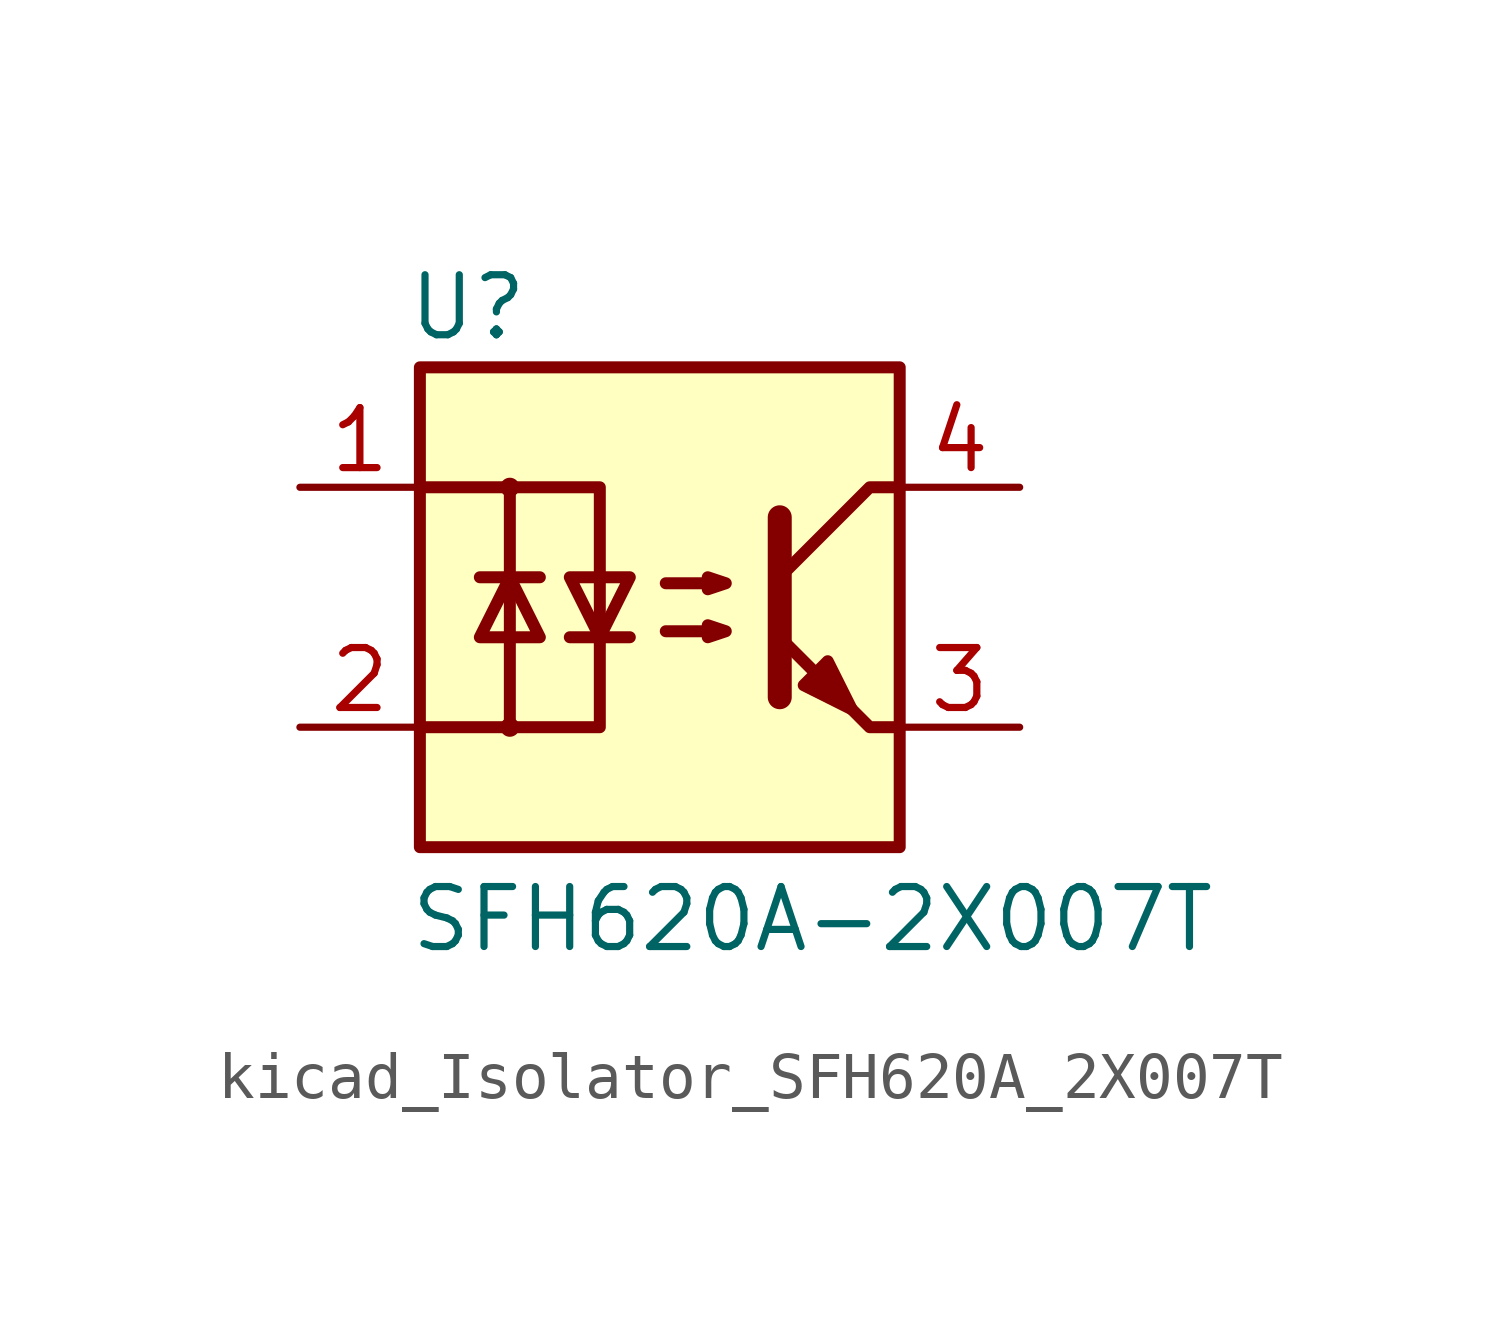
<source format=kicad_sym>
(kicad_symbol_lib
  (version 20220914)
  (generator kicad_symbol_editor)
  (symbol "kicad_Isolator_SFH620A_2X007T"
    (pin_names
      (offset 1.016))
    (property "Reference" "U"
      (at -4.064 6.35 0)
      (effects (font (size 1.27 1.27))))
    (property "Value" "SFH620A-2X007T"
      (at -5.334 -6.604 0)
      (effects (font (size 1.27 1.27)) (justify left)))
    (symbol "kicad_Isolator_SFH620A_2X007T_1_1"
      (rectangle (start -5.08 5.08) (end 5.08 -5.08) (stroke (width 0.254) (type default)) (fill (type background)))
      (circle (center -3.175 -2.54) (radius 0.127) (stroke (width 0) (type default)) (fill (type none)))
      (circle (center -3.175 2.54) (radius 0.127) (stroke (width 0) (type default)) (fill (type none)))
      (polyline (pts (xy -3.81 0.635) (xy -2.54 0.635)) (stroke (width 0.254) (type default)) (fill (type none)))
      (polyline (pts (xy -1.905 -0.635) (xy -0.635 -0.635)) (stroke (width 0.254) (type default)) (fill (type none)))
      (polyline (pts (xy 2.54 1.905) (xy 2.54 -1.905) (xy 2.54 -1.905)) (stroke (width 0.508) (type default)) (fill (type none)))
      (polyline (pts (xy 5.08 -2.54) (xy 4.445 -2.54) (xy 2.54 -0.635)) (stroke (width 0.254) (type default)) (fill (type none)))
      (polyline (pts (xy 5.08 2.54) (xy 4.445 2.54) (xy 2.54 0.635)) (stroke (width 0.254) (type default)) (fill (type none)))
      (polyline (pts (xy -5.08 2.54) (xy -3.175 2.54) (xy -3.175 -2.54) (xy -5.08 -2.54)) (stroke (width 0.254) (type default)) (fill (type none)))
      (polyline (pts (xy -3.175 -2.54) (xy -1.27 -2.54) (xy -1.27 2.54) (xy -3.175 2.54)) (stroke (width 0.254) (type default)) (fill (type none)))
      (polyline (pts (xy -3.175 0.635) (xy -3.81 -0.635) (xy -2.54 -0.635) (xy -3.175 0.635)) (stroke (width 0.254) (type default)) (fill (type none)))
      (polyline (pts (xy -1.27 -0.635) (xy -1.905 0.635) (xy -0.635 0.635) (xy -1.27 -0.635)) (stroke (width 0.254) (type default)) (fill (type none)))
      (polyline (pts (xy 0.127 -0.508) (xy 1.397 -0.508) (xy 1.016 -0.635) (xy 1.016 -0.381) (xy 1.397 -0.508)) (stroke (width 0.254) (type default)) (fill (type none)))
      (polyline (pts (xy 0.127 0.508) (xy 1.397 0.508) (xy 1.016 0.381) (xy 1.016 0.635) (xy 1.397 0.508)) (stroke (width 0.254) (type default)) (fill (type none)))
      (polyline (pts (xy 3.048 -1.651) (xy 3.556 -1.143) (xy 4.064 -2.159) (xy 3.048 -1.651) (xy 3.048 -1.651)) (stroke (width 0.254) (type default)) (fill (type outline)))
      (pin passive line (at -7.62 2.54 0) (length 2.54) (name "~" (effects (font (size 1.27 1.27)))) (number "1" (effects (font (size 1.27 1.27)))))
      (pin passive line (at -7.62 -2.54 0) (length 2.54) (name "~" (effects (font (size 1.27 1.27)))) (number "2" (effects (font (size 1.27 1.27)))))
      (pin passive line (at 7.62 -2.54 180) (length 2.54) (name "~" (effects (font (size 1.27 1.27)))) (number "3" (effects (font (size 1.27 1.27)))))
      (pin passive line (at 7.62 2.54 180) (length 2.54) (name "~" (effects (font (size 1.27 1.27)))) (number "4" (effects (font (size 1.27 1.27))))))))
</source>
